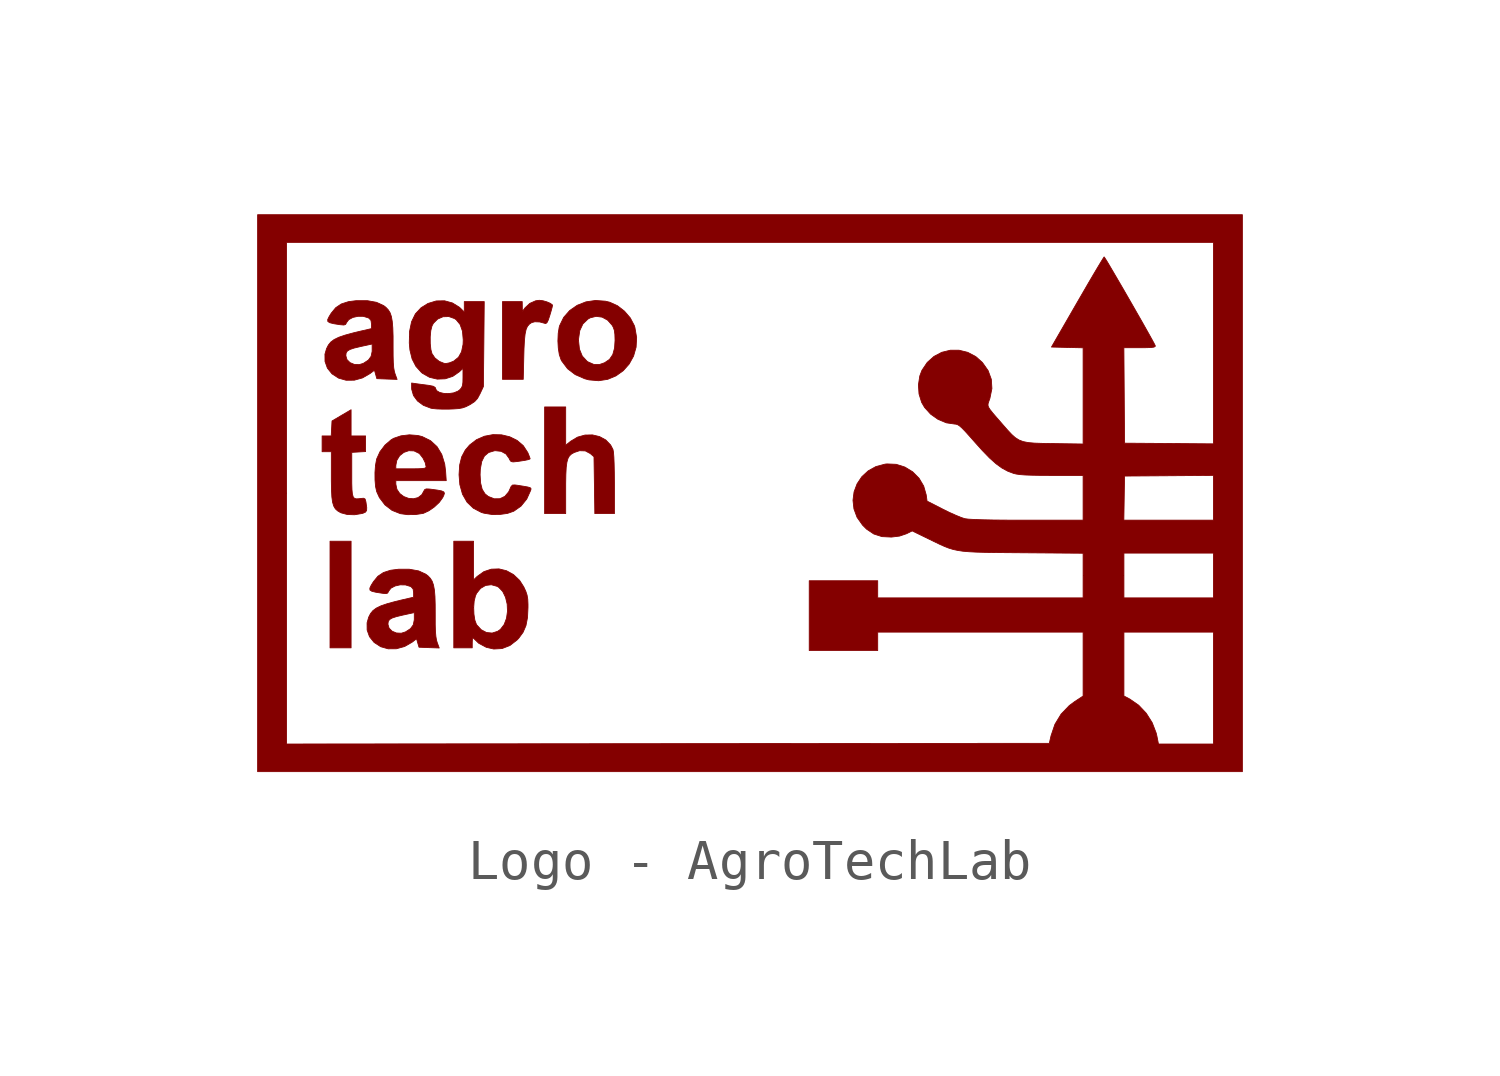
<source format=kicad_sym>
(kicad_symbol_lib
  (version 20241209)
  (generator "kicad_symbol_editor")
  (generator_version "9.0")
  (symbol "Logo - AgroTechLab"
    (property "Reference" "U"
      (at -11.938 7.874 0)
      (effects (font (size 1.27 1.27)) (hide yes)))
    (symbol "Logo - AgroTechLab_0_0"
      (polyline (pts (xy -10.16 -2.54) (xy -10.16 -1.2) (xy -10.425 -1.2) (xy -10.689 -1.2) (xy -10.689 -2.54) (xy -10.689 -3.879) (xy -10.425 -3.879) (xy -10.16 -3.879) (xy -10.16 -2.54)) (stroke (width 0.01) (type default)) (fill (type outline)))
      (polyline (pts (xy -10.08 2.845) (xy -9.874 2.902) (xy -9.685 3.011) (xy -9.573 3.096) (xy -9.543 2.99) (xy -9.513 2.884) (xy -9.259 2.874) (xy -9.004 2.865) (xy -9.056 3.007) (xy -9.072 3.061) (xy -9.089 3.155) (xy -9.099 3.283) (xy -9.104 3.455) (xy -9.105 3.682) (xy -9.105 3.948) (xy -9.112 4.159) (xy -9.126 4.322) (xy -9.148 4.446) (xy -9.181 4.541) (xy -9.227 4.614) (xy -9.287 4.677) (xy -9.343 4.72) (xy -9.523 4.802) (xy -9.752 4.843) (xy -10.03 4.843) (xy -10.226 4.818) (xy -10.406 4.76) (xy -10.546 4.666) (xy -10.658 4.53) (xy -10.712 4.442) (xy -10.748 4.368) (xy -10.744 4.32) (xy -10.695 4.289) (xy -10.595 4.264) (xy -10.436 4.239) (xy -10.43 4.239) (xy -10.343 4.231) (xy -10.299 4.245) (xy -10.276 4.287) (xy -10.275 4.291) (xy -10.217 4.367) (xy -10.114 4.422) (xy -9.986 4.45) (xy -9.852 4.449) (xy -9.73 4.412) (xy -9.708 4.4) (xy -9.66 4.346) (xy -9.647 4.255) (xy -9.647 4.141) (xy -9.912 4.08) (xy -10.1 4.035) (xy -10.309 3.978) (xy -10.467 3.924) (xy -10.585 3.867) (xy -10.669 3.804) (xy -10.73 3.729) (xy -10.776 3.639) (xy -10.817 3.498) (xy -10.816 3.461) (xy -10.292 3.461) (xy -10.292 3.464) (xy -10.284 3.53) (xy -10.253 3.578) (xy -10.188 3.617) (xy -10.08 3.653) (xy -9.916 3.692) (xy -9.631 3.754) (xy -9.631 3.598) (xy -9.631 3.569) (xy -9.657 3.445) (xy -9.726 3.35) (xy -9.852 3.268) (xy -9.957 3.236) (xy -10.079 3.242) (xy -10.186 3.286) (xy -10.263 3.362) (xy -10.292 3.461) (xy -10.816 3.461) (xy -10.815 3.316) (xy -10.755 3.148) (xy -10.64 3.005) (xy -10.474 2.897) (xy -10.286 2.844) (xy -10.08 2.845)) (stroke (width 0.01) (type default)) (fill (type outline)))
      (polyline (pts (xy -9.887 -0.504) (xy -9.861 -0.497) (xy -9.8 -0.47) (xy -9.77 -0.428) (xy -9.767 -0.355) (xy -9.784 -0.233) (xy -9.789 -0.204) (xy -9.808 -0.14) (xy -9.846 -0.12) (xy -9.925 -0.127) (xy -9.958 -0.132) (xy -10.025 -0.136) (xy -10.074 -0.124) (xy -10.107 -0.086) (xy -10.127 -0.016) (xy -10.138 0.096) (xy -10.143 0.257) (xy -10.143 0.477) (xy -10.143 1.032) (xy -9.97 1.042) (xy -9.796 1.052) (xy -9.796 1.249) (xy -9.796 1.445) (xy -9.978 1.445) (xy -10.16 1.445) (xy -10.16 1.774) (xy -10.16 2.103) (xy -10.4 1.962) (xy -10.639 1.821) (xy -10.649 1.633) (xy -10.659 1.445) (xy -10.774 1.445) (xy -10.888 1.445) (xy -10.888 1.247) (xy -10.888 1.048) (xy -10.772 1.048) (xy -10.656 1.048) (xy -10.656 0.428) (xy -10.656 0.319) (xy -10.652 0.089) (xy -10.643 -0.088) (xy -10.625 -0.22) (xy -10.596 -0.316) (xy -10.555 -0.386) (xy -10.498 -0.438) (xy -10.425 -0.481) (xy -10.409 -0.488) (xy -10.255 -0.529) (xy -10.072 -0.535) (xy -9.887 -0.504)) (stroke (width 0.01) (type default)) (fill (type outline)))
      (polyline (pts (xy -9.021 -3.901) (xy -8.816 -3.845) (xy -8.626 -3.736) (xy -8.515 -3.651) (xy -8.485 -3.757) (xy -8.454 -3.863) (xy -8.2 -3.873) (xy -7.946 -3.882) (xy -7.998 -3.74) (xy -8.014 -3.686) (xy -8.03 -3.591) (xy -8.041 -3.464) (xy -8.046 -3.292) (xy -8.046 -3.064) (xy -8.047 -2.799) (xy -8.053 -2.588) (xy -8.067 -2.425) (xy -8.09 -2.301) (xy -8.123 -2.206) (xy -8.169 -2.132) (xy -8.228 -2.07) (xy -8.285 -2.027) (xy -8.464 -1.945) (xy -8.694 -1.904) (xy -8.972 -1.904) (xy -9.168 -1.929) (xy -9.348 -1.987) (xy -9.488 -2.081) (xy -9.599 -2.217) (xy -9.654 -2.305) (xy -9.689 -2.378) (xy -9.686 -2.427) (xy -9.637 -2.458) (xy -9.537 -2.482) (xy -9.377 -2.507) (xy -9.372 -2.508) (xy -9.285 -2.516) (xy -9.241 -2.502) (xy -9.218 -2.459) (xy -9.217 -2.456) (xy -9.159 -2.38) (xy -9.056 -2.325) (xy -8.928 -2.296) (xy -8.794 -2.298) (xy -8.672 -2.335) (xy -8.65 -2.347) (xy -8.602 -2.401) (xy -8.589 -2.491) (xy -8.589 -2.606) (xy -8.854 -2.667) (xy -9.042 -2.712) (xy -9.251 -2.769) (xy -9.409 -2.823) (xy -9.526 -2.88) (xy -9.611 -2.943) (xy -9.672 -3.018) (xy -9.718 -3.108) (xy -9.758 -3.249) (xy -9.758 -3.286) (xy -9.234 -3.286) (xy -9.234 -3.282) (xy -9.226 -3.217) (xy -9.194 -3.168) (xy -9.13 -3.13) (xy -9.021 -3.094) (xy -8.858 -3.055) (xy -8.572 -2.993) (xy -8.572 -3.149) (xy -8.573 -3.178) (xy -8.598 -3.301) (xy -8.668 -3.397) (xy -8.793 -3.478) (xy -8.899 -3.511) (xy -9.021 -3.505) (xy -9.128 -3.461) (xy -9.205 -3.385) (xy -9.234 -3.286) (xy -9.758 -3.286) (xy -9.757 -3.431) (xy -9.697 -3.599) (xy -9.582 -3.742) (xy -9.416 -3.85) (xy -9.228 -3.903) (xy -9.021 -3.901)) (stroke (width 0.01) (type default)) (fill (type outline)))
      (polyline (pts (xy -8.54 -0.53) (xy -8.356 -0.502) (xy -8.34 -0.498) (xy -8.207 -0.436) (xy -8.068 -0.339) (xy -7.944 -0.223) (xy -7.86 -0.107) (xy -7.831 -0.047) (xy -7.815 0.005) (xy -7.831 0.039) (xy -7.887 0.064) (xy -7.99 0.084) (xy -8.151 0.106) (xy -8.2 0.112) (xy -8.274 0.114) (xy -8.313 0.095) (xy -8.338 0.049) (xy -8.384 -0.032) (xy -8.477 -0.104) (xy -8.593 -0.133) (xy -8.717 -0.123) (xy -8.836 -0.078) (xy -8.938 -0.001) (xy -9.009 0.105) (xy -9.036 0.235) (xy -9.036 0.321) (xy -8.403 0.321) (xy -7.77 0.321) (xy -7.786 0.561) (xy -7.808 0.738) (xy -7.882 0.98) (xy -8.002 1.177) (xy -8.166 1.327) (xy -8.374 1.429) (xy -8.482 1.456) (xy -8.695 1.473) (xy -8.906 1.448) (xy -9.091 1.385) (xy -9.155 1.347) (xy -9.308 1.215) (xy -9.434 1.049) (xy -9.516 0.87) (xy -9.52 0.855) (xy -9.547 0.705) (xy -9.547 0.703) (xy -9.036 0.703) (xy -9.011 0.832) (xy -8.94 0.948) (xy -8.835 1.031) (xy -8.71 1.074) (xy -8.579 1.069) (xy -8.457 1.01) (xy -8.434 0.99) (xy -8.356 0.891) (xy -8.298 0.774) (xy -8.275 0.669) (xy -8.281 0.65) (xy -8.312 0.634) (xy -8.378 0.625) (xy -8.489 0.62) (xy -8.655 0.619) (xy -9.036 0.619) (xy -9.036 0.703) (xy -9.547 0.703) (xy -9.56 0.526) (xy -9.559 0.341) (xy -9.545 0.173) (xy -9.517 0.046) (xy -9.448 -0.105) (xy -9.309 -0.288) (xy -9.131 -0.425) (xy -8.922 -0.508) (xy -8.742 -0.532) (xy -8.54 -0.53)) (stroke (width 0.01) (type default)) (fill (type outline)))
      (polyline (pts (xy -7.694 2.119) (xy -7.586 2.123) (xy -7.456 2.132) (xy -7.36 2.15) (xy -7.276 2.179) (xy -7.185 2.225) (xy -7.16 2.239) (xy -7.056 2.308) (xy -6.984 2.387) (xy -6.921 2.504) (xy -6.836 2.686) (xy -6.825 3.752) (xy -6.815 4.819) (xy -7.065 4.819) (xy -7.316 4.819) (xy -7.316 4.688) (xy -7.316 4.557) (xy -7.399 4.64) (xy -7.437 4.676) (xy -7.613 4.785) (xy -7.812 4.84) (xy -8.021 4.836) (xy -8.228 4.773) (xy -8.402 4.665) (xy -8.545 4.511) (xy -8.641 4.313) (xy -8.691 4.071) (xy -8.694 3.933) (xy -8.172 3.933) (xy -8.158 4.089) (xy -8.128 4.207) (xy -8.091 4.276) (xy -7.985 4.381) (xy -7.85 4.439) (xy -7.704 4.444) (xy -7.561 4.393) (xy -7.52 4.364) (xy -7.421 4.244) (xy -7.362 4.076) (xy -7.343 3.856) (xy -7.347 3.745) (xy -7.385 3.559) (xy -7.462 3.421) (xy -7.581 3.325) (xy -7.595 3.318) (xy -7.693 3.28) (xy -7.778 3.264) (xy -7.825 3.269) (xy -7.946 3.318) (xy -8.055 3.405) (xy -8.128 3.512) (xy -8.155 3.613) (xy -8.171 3.765) (xy -8.172 3.933) (xy -8.694 3.933) (xy -8.698 3.78) (xy -8.682 3.603) (xy -8.627 3.378) (xy -8.532 3.194) (xy -8.394 3.04) (xy -8.366 3.017) (xy -8.19 2.918) (xy -7.995 2.872) (xy -7.795 2.88) (xy -7.605 2.942) (xy -7.44 3.057) (xy -7.349 3.144) (xy -7.349 2.913) (xy -7.351 2.795) (xy -7.362 2.71) (xy -7.387 2.653) (xy -7.431 2.603) (xy -7.475 2.57) (xy -7.582 2.527) (xy -7.705 2.509) (xy -7.829 2.513) (xy -7.937 2.538) (xy -8.014 2.585) (xy -8.043 2.65) (xy -8.046 2.662) (xy -8.099 2.694) (xy -8.217 2.717) (xy -8.273 2.724) (xy -8.405 2.741) (xy -8.515 2.756) (xy -8.639 2.774) (xy -8.639 2.651) (xy -8.637 2.615) (xy -8.592 2.459) (xy -8.492 2.323) (xy -8.344 2.214) (xy -8.156 2.142) (xy -8.116 2.134) (xy -8 2.123) (xy -7.853 2.118) (xy -7.694 2.119)) (stroke (width 0.01) (type default)) (fill (type outline)))
      (polyline (pts (xy -6.367 -3.896) (xy -6.17 -3.82) (xy -5.989 -3.68) (xy -5.949 -3.638) (xy -5.84 -3.489) (xy -5.767 -3.32) (xy -5.728 -3.117) (xy -5.716 -2.865) (xy -5.716 -2.784) (xy -5.722 -2.654) (xy -5.739 -2.554) (xy -5.77 -2.46) (xy -5.821 -2.349) (xy -5.927 -2.183) (xy -6.08 -2.038) (xy -6.256 -1.941) (xy -6.445 -1.895) (xy -6.638 -1.902) (xy -6.824 -1.964) (xy -6.993 -2.085) (xy -7.084 -2.172) (xy -7.084 -1.686) (xy -7.084 -1.2) (xy -7.332 -1.2) (xy -7.58 -1.2) (xy -7.58 -2.54) (xy -7.58 -2.865) (xy -7.08 -2.865) (xy -7.068 -2.703) (xy -7.035 -2.57) (xy -7.006 -2.508) (xy -6.908 -2.385) (xy -6.781 -2.311) (xy -6.637 -2.293) (xy -6.49 -2.334) (xy -6.452 -2.357) (xy -6.351 -2.463) (xy -6.28 -2.609) (xy -6.239 -2.78) (xy -6.231 -2.961) (xy -6.256 -3.137) (xy -6.315 -3.293) (xy -6.409 -3.415) (xy -6.478 -3.463) (xy -6.616 -3.507) (xy -6.759 -3.493) (xy -6.892 -3.423) (xy -7.005 -3.3) (xy -7.01 -3.293) (xy -7.051 -3.182) (xy -7.074 -3.032) (xy -7.08 -2.865) (xy -7.58 -2.865) (xy -7.58 -3.879) (xy -7.349 -3.879) (xy -7.117 -3.879) (xy -7.116 -3.739) (xy -7.116 -3.736) (xy -7.112 -3.654) (xy -7.1 -3.627) (xy -7.074 -3.648) (xy -6.954 -3.763) (xy -6.764 -3.865) (xy -6.575 -3.908) (xy -6.367 -3.896)) (stroke (width 0.01) (type default)) (fill (type outline)))
      (polyline (pts (xy -6.231 -0.501) (xy -6.073 -0.446) (xy -5.892 -0.319) (xy -5.747 -0.14) (xy -5.649 0.077) (xy -5.641 0.106) (xy -5.643 0.13) (xy -5.667 0.147) (xy -5.725 0.163) (xy -5.827 0.181) (xy -5.984 0.206) (xy -6.045 0.214) (xy -6.105 0.211) (xy -6.141 0.174) (xy -6.178 0.091) (xy -6.202 0.039) (xy -6.298 -0.073) (xy -6.423 -0.132) (xy -6.565 -0.134) (xy -6.714 -0.075) (xy -6.796 -0.009) (xy -6.867 0.105) (xy -6.906 0.261) (xy -6.919 0.47) (xy -6.913 0.612) (xy -6.878 0.803) (xy -6.81 0.94) (xy -6.706 1.028) (xy -6.563 1.071) (xy -6.537 1.074) (xy -6.39 1.058) (xy -6.27 0.992) (xy -6.191 0.883) (xy -6.173 0.843) (xy -6.142 0.803) (xy -6.091 0.792) (xy -5.997 0.801) (xy -5.952 0.807) (xy -5.79 0.832) (xy -5.694 0.853) (xy -5.662 0.87) (xy -5.663 0.876) (xy -5.681 0.927) (xy -5.713 1.008) (xy -5.723 1.03) (xy -5.835 1.201) (xy -5.99 1.333) (xy -6.175 1.424) (xy -6.381 1.473) (xy -6.596 1.478) (xy -6.809 1.438) (xy -7.009 1.351) (xy -7.184 1.216) (xy -7.291 1.09) (xy -7.382 0.919) (xy -7.432 0.717) (xy -7.448 0.47) (xy -7.428 0.222) (xy -7.361 -0.02) (xy -7.247 -0.219) (xy -7.088 -0.372) (xy -6.886 -0.477) (xy -6.821 -0.496) (xy -6.63 -0.527) (xy -6.425 -0.528) (xy -6.231 -0.501)) (stroke (width 0.01) (type default)) (fill (type outline)))
      (polyline (pts (xy -5.821 3.454) (xy -5.816 3.64) (xy -5.805 3.846) (xy -5.789 4.001) (xy -5.765 4.115) (xy -5.731 4.195) (xy -5.684 4.251) (xy -5.624 4.292) (xy -5.544 4.313) (xy -5.421 4.308) (xy -5.292 4.273) (xy -5.269 4.269) (xy -5.239 4.291) (xy -5.207 4.355) (xy -5.168 4.472) (xy -5.167 4.476) (xy -5.133 4.59) (xy -5.109 4.679) (xy -5.1 4.725) (xy -5.105 4.739) (xy -5.156 4.776) (xy -5.241 4.813) (xy -5.34 4.841) (xy -5.431 4.852) (xy -5.523 4.84) (xy -5.67 4.775) (xy -5.79 4.663) (xy -5.858 4.571) (xy -5.859 4.695) (xy -5.861 4.819) (xy -6.109 4.819) (xy -6.357 4.819) (xy -6.357 3.843) (xy -6.357 2.867) (xy -6.096 2.867) (xy -5.835 2.867) (xy -5.821 3.454)) (stroke (width 0.01) (type default)) (fill (type outline)))
      (polyline (pts (xy -4.769 0.126) (xy -4.769 0.251) (xy -4.765 0.478) (xy -4.756 0.653) (xy -4.739 0.782) (xy -4.713 0.876) (xy -4.675 0.943) (xy -4.623 0.991) (xy -4.555 1.029) (xy -4.421 1.074) (xy -4.276 1.069) (xy -4.151 1.002) (xy -4.058 0.922) (xy -4.047 0.208) (xy -4.037 -0.506) (xy -3.791 -0.506) (xy -3.545 -0.506) (xy -3.545 0.253) (xy -3.545 0.269) (xy -3.547 0.523) (xy -3.552 0.741) (xy -3.559 0.915) (xy -3.569 1.039) (xy -3.581 1.104) (xy -3.64 1.217) (xy -3.762 1.344) (xy -3.919 1.429) (xy -4.097 1.471) (xy -4.285 1.467) (xy -4.471 1.415) (xy -4.643 1.312) (xy -4.769 1.211) (xy -4.769 1.692) (xy -4.769 2.173) (xy -5.034 2.173) (xy -5.298 2.173) (xy -5.298 0.834) (xy -5.298 -0.506) (xy -5.034 -0.506) (xy -4.769 -0.506) (xy -4.769 0.126)) (stroke (width 0.01) (type default)) (fill (type outline)))
      (polyline (pts (xy -3.713 2.867) (xy -3.505 2.954) (xy -3.323 3.084) (xy -3.174 3.252) (xy -3.064 3.451) (xy -3 3.675) (xy -2.987 3.918) (xy -3.031 4.173) (xy -3.046 4.219) (xy -3.146 4.409) (xy -3.293 4.58) (xy -3.47 4.717) (xy -3.663 4.804) (xy -3.772 4.83) (xy -4.021 4.848) (xy -4.26 4.813) (xy -4.479 4.727) (xy -4.668 4.596) (xy -4.819 4.424) (xy -4.921 4.215) (xy -4.932 4.177) (xy -4.957 4.021) (xy -4.964 3.843) (xy -4.447 3.843) (xy -4.446 3.879) (xy -4.415 4.091) (xy -4.337 4.258) (xy -4.21 4.38) (xy -4.156 4.411) (xy -4.005 4.449) (xy -3.854 4.429) (xy -3.716 4.354) (xy -3.604 4.228) (xy -3.574 4.175) (xy -3.546 4.095) (xy -3.533 3.991) (xy -3.529 3.843) (xy -3.541 3.654) (xy -3.586 3.489) (xy -3.668 3.368) (xy -3.791 3.284) (xy -3.912 3.242) (xy -4.064 3.242) (xy -4.21 3.306) (xy -4.233 3.322) (xy -4.352 3.451) (xy -4.423 3.624) (xy -4.447 3.843) (xy -4.964 3.843) (xy -4.965 3.838) (xy -4.955 3.653) (xy -4.929 3.487) (xy -4.887 3.364) (xy -4.867 3.326) (xy -4.722 3.133) (xy -4.53 2.986) (xy -4.29 2.881) (xy -4.184 2.853) (xy -3.941 2.832) (xy -3.713 2.867)) (stroke (width 0.01) (type default)) (fill (type outline)))
      (polyline (pts (xy 12.23 0.007) (xy 12.23 7.002) (xy -0.139 7.002) (xy -12.508 7.002) (xy -12.508 0.007) (xy -11.781 0.007) (xy -11.781 6.307) (xy -0.139 6.307) (xy 11.503 6.307) (xy 11.503 3.776) (xy 11.503 1.246) (xy 10.387 1.255) (xy 9.27 1.263) (xy 9.262 2.462) (xy 9.253 3.661) (xy 9.653 3.661) (xy 9.815 3.662) (xy 9.933 3.666) (xy 10.003 3.675) (xy 10.037 3.689) (xy 10.042 3.709) (xy 10.042 3.71) (xy 10.022 3.751) (xy 9.975 3.839) (xy 9.903 3.969) (xy 9.812 4.131) (xy 9.706 4.319) (xy 9.588 4.525) (xy 9.464 4.742) (xy 9.338 4.961) (xy 9.214 5.176) (xy 9.096 5.378) (xy 8.989 5.561) (xy 8.898 5.716) (xy 8.826 5.837) (xy 8.777 5.914) (xy 8.757 5.942) (xy 8.755 5.94) (xy 8.726 5.896) (xy 8.669 5.803) (xy 8.587 5.667) (xy 8.484 5.493) (xy 8.364 5.289) (xy 8.231 5.059) (xy 8.087 4.811) (xy 7.434 3.678) (xy 7.831 3.668) (xy 8.229 3.659) (xy 8.229 2.451) (xy 8.229 1.242) (xy 7.493 1.253) (xy 7.472 1.253) (xy 7.214 1.257) (xy 7.01 1.264) (xy 6.849 1.278) (xy 6.723 1.303) (xy 6.618 1.343) (xy 6.525 1.402) (xy 6.434 1.483) (xy 6.333 1.591) (xy 6.211 1.73) (xy 6.18 1.766) (xy 6.048 1.917) (xy 5.953 2.028) (xy 5.89 2.108) (xy 5.853 2.167) (xy 5.839 2.214) (xy 5.842 2.257) (xy 5.858 2.307) (xy 5.882 2.373) (xy 5.888 2.391) (xy 5.938 2.636) (xy 5.923 2.868) (xy 5.843 3.086) (xy 5.699 3.29) (xy 5.534 3.437) (xy 5.33 3.545) (xy 5.113 3.598) (xy 4.893 3.598) (xy 4.679 3.546) (xy 4.483 3.443) (xy 4.313 3.291) (xy 4.179 3.091) (xy 4.126 2.951) (xy 4.092 2.728) (xy 4.107 2.499) (xy 4.173 2.287) (xy 4.247 2.16) (xy 4.399 1.992) (xy 4.586 1.86) (xy 4.794 1.774) (xy 5.006 1.743) (xy 5.032 1.741) (xy 5.074 1.729) (xy 5.121 1.7) (xy 5.183 1.646) (xy 5.265 1.562) (xy 5.375 1.44) (xy 5.521 1.275) (xy 5.694 1.082) (xy 5.878 0.892) (xy 6.042 0.746) (xy 6.192 0.637) (xy 6.338 0.558) (xy 6.487 0.502) (xy 6.548 0.488) (xy 6.644 0.474) (xy 6.773 0.464) (xy 6.944 0.458) (xy 7.163 0.454) (xy 7.441 0.453) (xy 8.229 0.453) (xy 8.229 -0.109) (xy 8.229 -0.671) (xy 9.252 -0.671) (xy 9.261 -0.117) (xy 9.27 0.437) (xy 10.387 0.445) (xy 11.503 0.454) (xy 11.503 -0.109) (xy 11.503 -0.671) (xy 10.377 -0.671) (xy 9.252 -0.671) (xy 8.229 -0.671) (xy 6.825 -0.671) (xy 6.736 -0.671) (xy 6.331 -0.67) (xy 5.989 -0.667) (xy 5.71 -0.661) (xy 5.495 -0.654) (xy 5.345 -0.645) (xy 5.26 -0.634) (xy 5.255 -0.633) (xy 5.159 -0.601) (xy 5.024 -0.545) (xy 4.866 -0.474) (xy 4.704 -0.394) (xy 4.309 -0.192) (xy 4.288 -0.04) (xy 4.288 -0.038) (xy 4.224 0.186) (xy 4.107 0.383) (xy 3.947 0.544) (xy 3.752 0.663) (xy 3.534 0.732) (xy 3.302 0.742) (xy 3.255 0.737) (xy 3.025 0.676) (xy 2.829 0.567) (xy 2.669 0.419) (xy 2.55 0.24) (xy 2.475 0.04) (xy 2.448 -0.172) (xy 2.472 -0.388) (xy 2.55 -0.599) (xy 2.688 -0.795) (xy 2.789 -0.896) (xy 2.972 -1.019) (xy 3.176 -1.084) (xy 3.414 -1.096) (xy 3.617 -1.071) (xy 3.792 -1.012) (xy 3.935 -0.941) (xy 4.37 -1.153) (xy 4.504 -1.218) (xy 4.632 -1.28) (xy 4.747 -1.331) (xy 4.854 -1.373) (xy 4.962 -1.406) (xy 5.078 -1.431) (xy 5.208 -1.451) (xy 5.361 -1.464) (xy 5.544 -1.474) (xy 5.763 -1.48) (xy 6.027 -1.484) (xy 6.342 -1.487) (xy 6.715 -1.49) (xy 8.229 -1.502) (xy 8.229 -2.06) (xy 9.254 -2.06) (xy 9.254 -1.498) (xy 10.378 -1.498) (xy 11.503 -1.498) (xy 11.503 -2.06) (xy 11.503 -2.623) (xy 10.378 -2.623) (xy 9.254 -2.623) (xy 9.254 -2.06) (xy 8.229 -2.06) (xy 8.229 -2.062) (xy 8.229 -2.623) (xy 5.649 -2.623) (xy 3.069 -2.623) (xy 3.069 -2.408) (xy 3.069 -2.193) (xy 2.209 -2.193) (xy 1.349 -2.193) (xy 1.349 -3.069) (xy 1.349 -3.946) (xy 2.209 -3.946) (xy 3.069 -3.946) (xy 3.069 -3.714) (xy 3.069 -3.483) (xy 5.649 -3.483) (xy 8.229 -3.483) (xy 8.229 -4.286) (xy 8.229 -5.087) (xy 9.254 -5.087) (xy 9.254 -4.285) (xy 9.254 -3.483) (xy 10.378 -3.483) (xy 11.503 -3.483) (xy 11.503 -4.888) (xy 11.503 -6.294) (xy 10.813 -6.294) (xy 10.122 -6.294) (xy 10.084 -6.101) (xy 10.065 -6.019) (xy 9.965 -5.759) (xy 9.815 -5.521) (xy 9.624 -5.319) (xy 9.402 -5.165) (xy 9.254 -5.087) (xy 8.229 -5.087) (xy 8.229 -5.089) (xy 8.016 -5.229) (xy 7.881 -5.329) (xy 7.675 -5.544) (xy 7.521 -5.798) (xy 7.423 -6.087) (xy 7.38 -6.277) (xy -2.2 -6.285) (xy -11.781 -6.294) (xy -11.781 0.007) (xy -12.508 0.007) (xy -12.508 -6.988) (xy -0.139 -6.988) (xy 12.23 -6.988) (xy 12.23 0.007)) (stroke (width 0.01) (type default)) (fill (type outline))))))
</source>
